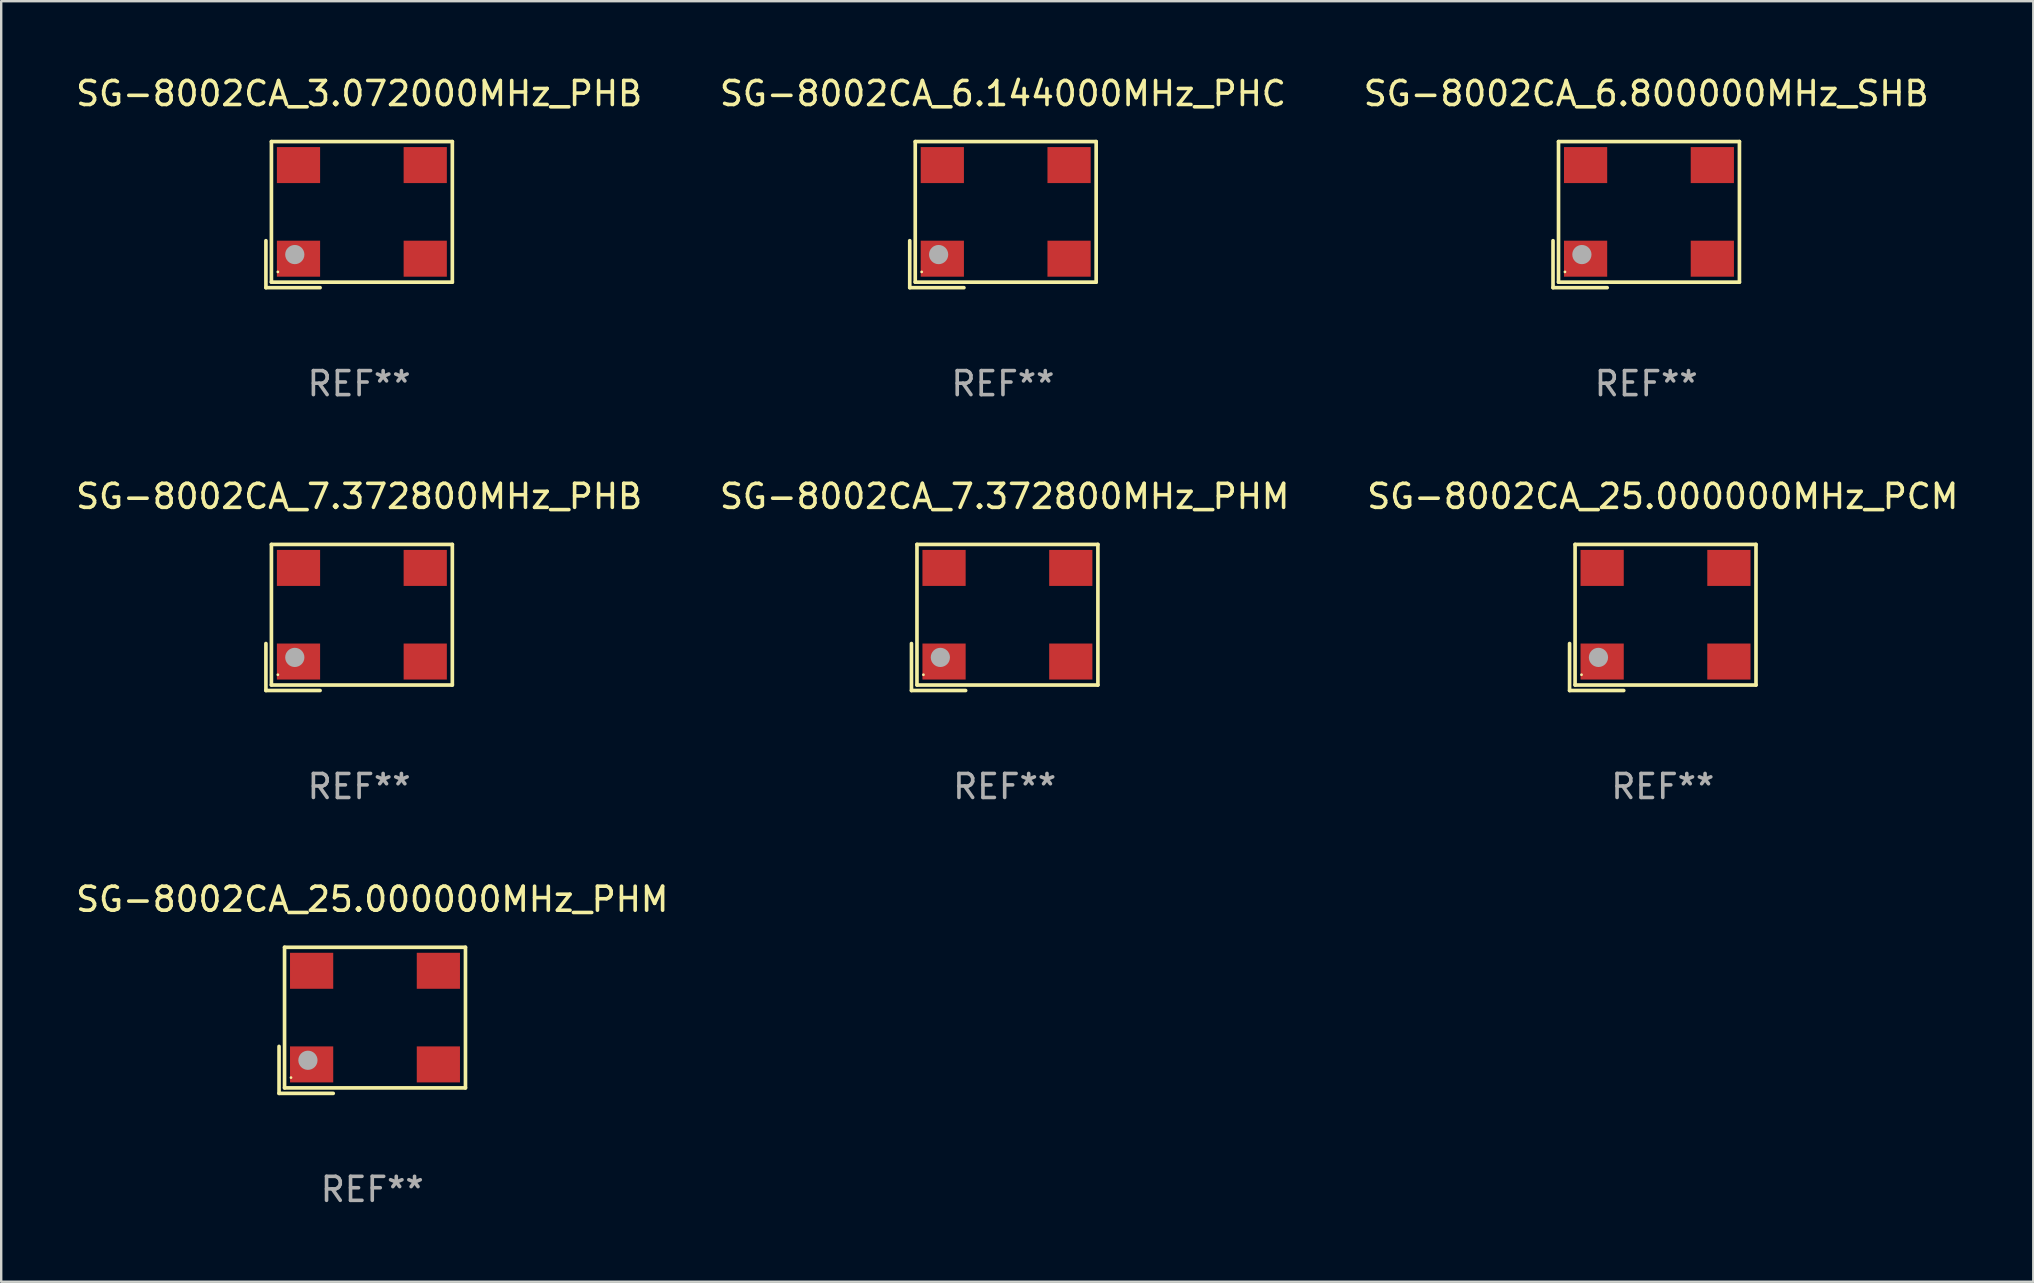
<source format=kicad_pcb>
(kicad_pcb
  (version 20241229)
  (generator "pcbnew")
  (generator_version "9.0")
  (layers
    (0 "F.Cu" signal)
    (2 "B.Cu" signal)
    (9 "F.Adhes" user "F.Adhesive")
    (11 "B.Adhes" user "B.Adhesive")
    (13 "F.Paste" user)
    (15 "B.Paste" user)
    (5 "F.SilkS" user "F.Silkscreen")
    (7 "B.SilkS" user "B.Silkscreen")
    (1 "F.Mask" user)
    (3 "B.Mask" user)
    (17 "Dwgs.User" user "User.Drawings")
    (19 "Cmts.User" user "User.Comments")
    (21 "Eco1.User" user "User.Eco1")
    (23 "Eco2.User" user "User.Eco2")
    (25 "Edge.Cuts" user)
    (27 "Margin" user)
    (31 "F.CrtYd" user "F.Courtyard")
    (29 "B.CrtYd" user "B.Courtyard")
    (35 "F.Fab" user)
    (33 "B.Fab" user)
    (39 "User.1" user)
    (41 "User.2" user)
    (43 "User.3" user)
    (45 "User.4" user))
  (footprint "SG-8002CA_6.144000MHz_PHC"
    (layer "F.Cu")
    (at 38.732 5.891)
    (property "Reference" "SG-8002CA_6.144000MHz_PHC" (at 0 -5.043 0) (layer "F.SilkS") (effects (font (size 1 1) (thickness 0.15))))
    (attr through_hole)
    (fp_line (start -3.883 1.086) (end -3.883 3.043) (stroke (width 0.152) (type solid)) (layer "F.SilkS"))
    (fp_line (start -3.883 3.043) (end -1.626 3.043) (stroke (width 0.152) (type solid)) (layer "F.SilkS"))
    (fp_line (start -3.654 -3.043) (end 3.883 -3.043) (stroke (width 0.152) (type solid)) (layer "F.SilkS"))
    (fp_line (start -3.654 2.814) (end -3.654 -3.043) (stroke (width 0.152) (type solid)) (layer "F.SilkS"))
    (fp_line (start 3.883 -3.043) (end 3.883 2.814) (stroke (width 0.152) (type solid)) (layer "F.SilkS"))
    (fp_line (start 3.883 2.814) (end -3.654 2.814) (stroke (width 0.152) (type solid)) (layer "F.SilkS"))
    (fp_circle (center -3.386 2.386) (end -3.356 2.386) (stroke (width 0.06) (type solid)) (fill no) (layer "F.SilkS"))
    (fp_circle (center -2.68 1.664) (end -2.48 1.664) (stroke (width 0.4) (type solid)) (fill no) (layer "F.Fab"))
    (fp_text user "REF**" (at 0 7.043 0) (layer "F.Fab") (effects (font (size 1 1) (thickness 0.15))))
    (pad "1" smd rect (at -2.526 1.836) (size 1.8 1.5) (layers "F.Cu" "F.Mask" "F.Paste"))
    (pad "2" smd rect (at 2.754 1.836) (size 1.8 1.5) (layers "F.Cu" "F.Mask" "F.Paste"))
    (pad "3" smd rect (at 2.754 -2.064) (size 1.8 1.5) (layers "F.Cu" "F.Mask" "F.Paste"))
    (pad "4" smd rect (at -2.526 -2.064) (size 1.8 1.5) (layers "F.Cu" "F.Mask" "F.Paste")))
  (footprint "SG-8002CA_25.000000MHz_PCM"
    (layer "F.Cu")
    (at 66.22 22.673)
    (property "Reference" "SG-8002CA_25.000000MHz_PCM" (at 0 -5.043 0) (layer "F.SilkS") (effects (font (size 1 1) (thickness 0.15))))
    (attr through_hole)
    (fp_line (start -3.883 1.086) (end -3.883 3.043) (stroke (width 0.152) (type solid)) (layer "F.SilkS"))
    (fp_line (start -3.883 3.043) (end -1.626 3.043) (stroke (width 0.152) (type solid)) (layer "F.SilkS"))
    (fp_line (start -3.654 -3.043) (end 3.883 -3.043) (stroke (width 0.152) (type solid)) (layer "F.SilkS"))
    (fp_line (start -3.654 2.814) (end -3.654 -3.043) (stroke (width 0.152) (type solid)) (layer "F.SilkS"))
    (fp_line (start 3.883 -3.043) (end 3.883 2.814) (stroke (width 0.152) (type solid)) (layer "F.SilkS"))
    (fp_line (start 3.883 2.814) (end -3.654 2.814) (stroke (width 0.152) (type solid)) (layer "F.SilkS"))
    (fp_circle (center -3.386 2.386) (end -3.356 2.386) (stroke (width 0.06) (type solid)) (fill no) (layer "F.SilkS"))
    (fp_circle (center -2.68 1.664) (end -2.48 1.664) (stroke (width 0.4) (type solid)) (fill no) (layer "F.Fab"))
    (fp_text user "REF**" (at 0 7.043 0) (layer "F.Fab") (effects (font (size 1 1) (thickness 0.15))))
    (pad "1" smd rect (at -2.526 1.836) (size 1.8 1.5) (layers "F.Cu" "F.Mask" "F.Paste"))
    (pad "2" smd rect (at 2.754 1.836) (size 1.8 1.5) (layers "F.Cu" "F.Mask" "F.Paste"))
    (pad "3" smd rect (at 2.754 -2.064) (size 1.8 1.5) (layers "F.Cu" "F.Mask" "F.Paste"))
    (pad "4" smd rect (at -2.526 -2.064) (size 1.8 1.5) (layers "F.Cu" "F.Mask" "F.Paste")))
  (footprint "SG-8002CA_7.372800MHz_PHM"
    (layer "F.Cu")
    (at 38.804 22.673)
    (property "Reference" "SG-8002CA_7.372800MHz_PHM" (at 0 -5.043 0) (layer "F.SilkS") (effects (font (size 1 1) (thickness 0.15))))
    (attr through_hole)
    (fp_line (start -3.883 1.086) (end -3.883 3.043) (stroke (width 0.152) (type solid)) (layer "F.SilkS"))
    (fp_line (start -3.883 3.043) (end -1.626 3.043) (stroke (width 0.152) (type solid)) (layer "F.SilkS"))
    (fp_line (start -3.654 -3.043) (end 3.883 -3.043) (stroke (width 0.152) (type solid)) (layer "F.SilkS"))
    (fp_line (start -3.654 2.814) (end -3.654 -3.043) (stroke (width 0.152) (type solid)) (layer "F.SilkS"))
    (fp_line (start 3.883 -3.043) (end 3.883 2.814) (stroke (width 0.152) (type solid)) (layer "F.SilkS"))
    (fp_line (start 3.883 2.814) (end -3.654 2.814) (stroke (width 0.152) (type solid)) (layer "F.SilkS"))
    (fp_circle (center -3.386 2.386) (end -3.356 2.386) (stroke (width 0.06) (type solid)) (fill no) (layer "F.SilkS"))
    (fp_circle (center -2.68 1.664) (end -2.48 1.664) (stroke (width 0.4) (type solid)) (fill no) (layer "F.Fab"))
    (fp_text user "REF**" (at 0 7.043 0) (layer "F.Fab") (effects (font (size 1 1) (thickness 0.15))))
    (pad "1" smd rect (at -2.526 1.836) (size 1.8 1.5) (layers "F.Cu" "F.Mask" "F.Paste"))
    (pad "2" smd rect (at 2.754 1.836) (size 1.8 1.5) (layers "F.Cu" "F.Mask" "F.Paste"))
    (pad "3" smd rect (at 2.754 -2.064) (size 1.8 1.5) (layers "F.Cu" "F.Mask" "F.Paste"))
    (pad "4" smd rect (at -2.526 -2.064) (size 1.8 1.5) (layers "F.Cu" "F.Mask" "F.Paste")))
  (footprint "SG-8002CA_7.372800MHz_PHB"
    (layer "F.Cu")
    (at 11.911 22.673)
    (property "Reference" "SG-8002CA_7.372800MHz_PHB" (at 0 -5.043 0) (layer "F.SilkS") (effects (font (size 1 1) (thickness 0.15))))
    (attr through_hole)
    (fp_line (start -3.883 1.086) (end -3.883 3.043) (stroke (width 0.152) (type solid)) (layer "F.SilkS"))
    (fp_line (start -3.883 3.043) (end -1.626 3.043) (stroke (width 0.152) (type solid)) (layer "F.SilkS"))
    (fp_line (start -3.654 -3.043) (end 3.883 -3.043) (stroke (width 0.152) (type solid)) (layer "F.SilkS"))
    (fp_line (start -3.654 2.814) (end -3.654 -3.043) (stroke (width 0.152) (type solid)) (layer "F.SilkS"))
    (fp_line (start 3.883 -3.043) (end 3.883 2.814) (stroke (width 0.152) (type solid)) (layer "F.SilkS"))
    (fp_line (start 3.883 2.814) (end -3.654 2.814) (stroke (width 0.152) (type solid)) (layer "F.SilkS"))
    (fp_circle (center -3.386 2.386) (end -3.356 2.386) (stroke (width 0.06) (type solid)) (fill no) (layer "F.SilkS"))
    (fp_circle (center -2.68 1.664) (end -2.48 1.664) (stroke (width 0.4) (type solid)) (fill no) (layer "F.Fab"))
    (fp_text user "REF**" (at 0 7.043 0) (layer "F.Fab") (effects (font (size 1 1) (thickness 0.15))))
    (pad "1" smd rect (at -2.526 1.836) (size 1.8 1.5) (layers "F.Cu" "F.Mask" "F.Paste"))
    (pad "2" smd rect (at 2.754 1.836) (size 1.8 1.5) (layers "F.Cu" "F.Mask" "F.Paste"))
    (pad "3" smd rect (at 2.754 -2.064) (size 1.8 1.5) (layers "F.Cu" "F.Mask" "F.Paste"))
    (pad "4" smd rect (at -2.526 -2.064) (size 1.8 1.5) (layers "F.Cu" "F.Mask" "F.Paste")))
  (footprint "SG-8002CA_25.000000MHz_PHM"
    (layer "F.Cu")
    (at 12.458 39.456)
    (property "Reference" "SG-8002CA_25.000000MHz_PHM" (at 0 -5.043 0) (layer "F.SilkS") (effects (font (size 1 1) (thickness 0.15))))
    (attr through_hole)
    (fp_line (start -3.883 1.086) (end -3.883 3.043) (stroke (width 0.152) (type solid)) (layer "F.SilkS"))
    (fp_line (start -3.883 3.043) (end -1.626 3.043) (stroke (width 0.152) (type solid)) (layer "F.SilkS"))
    (fp_line (start -3.654 -3.043) (end 3.883 -3.043) (stroke (width 0.152) (type solid)) (layer "F.SilkS"))
    (fp_line (start -3.654 2.814) (end -3.654 -3.043) (stroke (width 0.152) (type solid)) (layer "F.SilkS"))
    (fp_line (start 3.883 -3.043) (end 3.883 2.814) (stroke (width 0.152) (type solid)) (layer "F.SilkS"))
    (fp_line (start 3.883 2.814) (end -3.654 2.814) (stroke (width 0.152) (type solid)) (layer "F.SilkS"))
    (fp_circle (center -3.386 2.386) (end -3.356 2.386) (stroke (width 0.06) (type solid)) (fill no) (layer "F.SilkS"))
    (fp_circle (center -2.68 1.664) (end -2.48 1.664) (stroke (width 0.4) (type solid)) (fill no) (layer "F.Fab"))
    (fp_text user "REF**" (at 0 7.043 0) (layer "F.Fab") (effects (font (size 1 1) (thickness 0.15))))
    (pad "1" smd rect (at -2.526 1.836) (size 1.8 1.5) (layers "F.Cu" "F.Mask" "F.Paste"))
    (pad "2" smd rect (at 2.754 1.836) (size 1.8 1.5) (layers "F.Cu" "F.Mask" "F.Paste"))
    (pad "3" smd rect (at 2.754 -2.064) (size 1.8 1.5) (layers "F.Cu" "F.Mask" "F.Paste"))
    (pad "4" smd rect (at -2.526 -2.064) (size 1.8 1.5) (layers "F.Cu" "F.Mask" "F.Paste")))
  (footprint "SG-8002CA_6.800000MHz_SHB"
    (layer "F.Cu")
    (at 65.53 5.891)
    (property "Reference" "SG-8002CA_6.800000MHz_SHB" (at 0 -5.043 0) (layer "F.SilkS") (effects (font (size 1 1) (thickness 0.15))))
    (attr through_hole)
    (fp_line (start -3.883 1.086) (end -3.883 3.043) (stroke (width 0.152) (type solid)) (layer "F.SilkS"))
    (fp_line (start -3.883 3.043) (end -1.626 3.043) (stroke (width 0.152) (type solid)) (layer "F.SilkS"))
    (fp_line (start -3.654 -3.043) (end 3.883 -3.043) (stroke (width 0.152) (type solid)) (layer "F.SilkS"))
    (fp_line (start -3.654 2.814) (end -3.654 -3.043) (stroke (width 0.152) (type solid)) (layer "F.SilkS"))
    (fp_line (start 3.883 -3.043) (end 3.883 2.814) (stroke (width 0.152) (type solid)) (layer "F.SilkS"))
    (fp_line (start 3.883 2.814) (end -3.654 2.814) (stroke (width 0.152) (type solid)) (layer "F.SilkS"))
    (fp_circle (center -3.386 2.386) (end -3.356 2.386) (stroke (width 0.06) (type solid)) (fill no) (layer "F.SilkS"))
    (fp_circle (center -2.68 1.664) (end -2.48 1.664) (stroke (width 0.4) (type solid)) (fill no) (layer "F.Fab"))
    (fp_text user "REF**" (at 0 7.043 0) (layer "F.Fab") (effects (font (size 1 1) (thickness 0.15))))
    (pad "1" smd rect (at -2.526 1.836) (size 1.8 1.5) (layers "F.Cu" "F.Mask" "F.Paste"))
    (pad "2" smd rect (at 2.754 1.836) (size 1.8 1.5) (layers "F.Cu" "F.Mask" "F.Paste"))
    (pad "3" smd rect (at 2.754 -2.064) (size 1.8 1.5) (layers "F.Cu" "F.Mask" "F.Paste"))
    (pad "4" smd rect (at -2.526 -2.064) (size 1.8 1.5) (layers "F.Cu" "F.Mask" "F.Paste")))
  (footprint "SG-8002CA_3.072000MHz_PHB"
    (layer "F.Cu")
    (at 11.911 5.891)
    (property "Reference" "SG-8002CA_3.072000MHz_PHB" (at 0 -5.043 0) (layer "F.SilkS") (effects (font (size 1 1) (thickness 0.15))))
    (attr through_hole)
    (fp_line (start -3.883 1.086) (end -3.883 3.043) (stroke (width 0.152) (type solid)) (layer "F.SilkS"))
    (fp_line (start -3.883 3.043) (end -1.626 3.043) (stroke (width 0.152) (type solid)) (layer "F.SilkS"))
    (fp_line (start -3.654 -3.043) (end 3.883 -3.043) (stroke (width 0.152) (type solid)) (layer "F.SilkS"))
    (fp_line (start -3.654 2.814) (end -3.654 -3.043) (stroke (width 0.152) (type solid)) (layer "F.SilkS"))
    (fp_line (start 3.883 -3.043) (end 3.883 2.814) (stroke (width 0.152) (type solid)) (layer "F.SilkS"))
    (fp_line (start 3.883 2.814) (end -3.654 2.814) (stroke (width 0.152) (type solid)) (layer "F.SilkS"))
    (fp_circle (center -3.386 2.386) (end -3.356 2.386) (stroke (width 0.06) (type solid)) (fill no) (layer "F.SilkS"))
    (fp_circle (center -2.68 1.664) (end -2.48 1.664) (stroke (width 0.4) (type solid)) (fill no) (layer "F.Fab"))
    (fp_text user "REF**" (at 0 7.043 0) (layer "F.Fab") (effects (font (size 1 1) (thickness 0.15))))
    (pad "1" smd rect (at -2.526 1.836) (size 1.8 1.5) (layers "F.Cu" "F.Mask" "F.Paste"))
    (pad "2" smd rect (at 2.754 1.836) (size 1.8 1.5) (layers "F.Cu" "F.Mask" "F.Paste"))
    (pad "3" smd rect (at 2.754 -2.064) (size 1.8 1.5) (layers "F.Cu" "F.Mask" "F.Paste"))
    (pad "4" smd rect (at -2.526 -2.064) (size 1.8 1.5) (layers "F.Cu" "F.Mask" "F.Paste")))
  (gr_rect
    (start -3 -3)
    (end 81.655 50.347)
    (stroke (width 0.1) (type default))
    (fill no)
    (layer "Edge.Cuts")))
</source>
